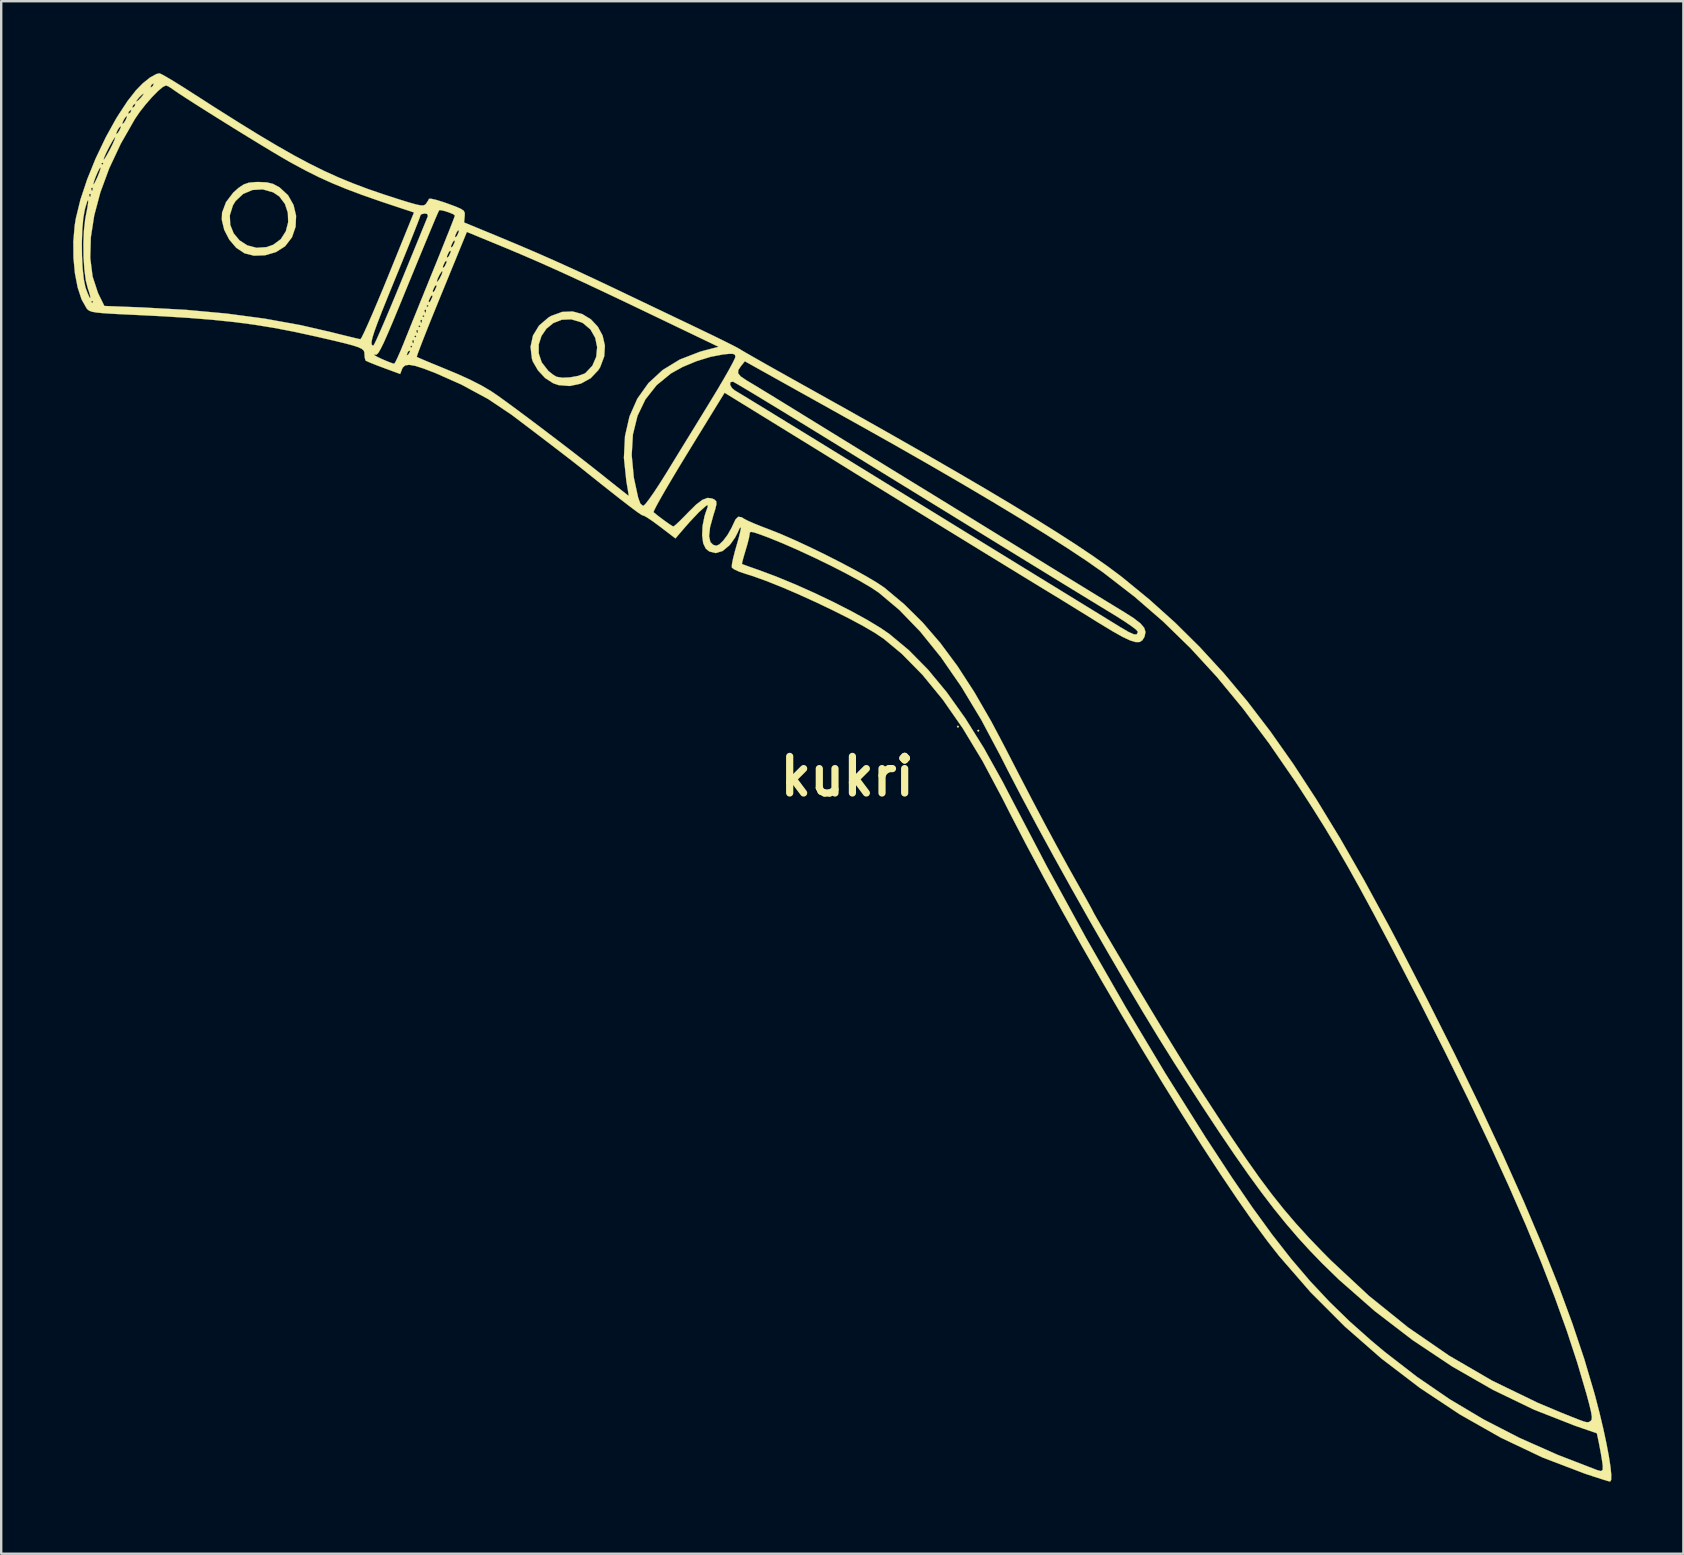
<source format=kicad_pcb>
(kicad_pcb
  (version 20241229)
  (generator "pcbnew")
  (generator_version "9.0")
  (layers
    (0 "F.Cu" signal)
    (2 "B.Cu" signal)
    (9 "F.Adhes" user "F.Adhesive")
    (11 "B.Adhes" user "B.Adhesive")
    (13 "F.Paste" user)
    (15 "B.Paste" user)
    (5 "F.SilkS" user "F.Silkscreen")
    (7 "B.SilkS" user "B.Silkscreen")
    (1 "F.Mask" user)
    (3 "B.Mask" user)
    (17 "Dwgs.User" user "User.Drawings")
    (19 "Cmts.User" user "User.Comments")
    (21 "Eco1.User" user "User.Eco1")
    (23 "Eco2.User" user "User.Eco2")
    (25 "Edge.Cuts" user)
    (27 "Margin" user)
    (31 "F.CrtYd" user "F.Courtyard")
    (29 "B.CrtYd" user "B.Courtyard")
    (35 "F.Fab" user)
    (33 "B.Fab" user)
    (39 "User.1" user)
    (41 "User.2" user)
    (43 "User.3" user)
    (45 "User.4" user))
  (footprint "kukri"
    (layer "F.Cu")
    (at 32.243 29.296)
    (property "Reference" "kukri" (at 0 0 0) (layer "F.SilkS") (effects (font (size 1.524 1.524) (thickness 0.3))))
    (attr through_hole)
    (fp_poly (pts (xy 4.657 -2.074) (xy 4.614 -2.032) (xy 4.572 -2.074) (xy 4.614 -2.117) (xy 4.657 -2.074)) (stroke (width 0.01) (type solid)) (fill yes) (layer "F.SilkS"))
    (fp_poly (pts (xy 5.503 -1.905) (xy 5.461 -1.863) (xy 5.419 -1.905) (xy 5.461 -1.947) (xy 5.503 -1.905)) (stroke (width 0.01) (type solid)) (fill yes) (layer "F.SilkS"))
    (fp_poly (pts (xy -24.173 -24.748) (xy -23.92 -24.686) (xy -23.676 -24.556) (xy -23.639 -24.532) (xy -23.292 -24.21) (xy -23.064 -23.806) (xy -22.958 -23.356) (xy -22.979 -22.896) (xy -23.128 -22.463) (xy -23.41 -22.094) (xy -23.426 -22.08) (xy -23.8 -21.843) (xy -24.25 -21.711) (xy -24.714 -21.695) (xy -25.105 -21.793) (xy -25.452 -22.024) (xy -25.743 -22.366) (xy -25.952 -22.771) (xy -26.053 -23.192) (xy -26.046 -23.375) (xy -25.719 -23.375) (xy -25.701 -22.979) (xy -25.558 -22.624) (xy -25.313 -22.331) (xy -24.989 -22.124) (xy -24.608 -22.023) (xy -24.193 -22.05) (xy -23.911 -22.149) (xy -23.594 -22.384) (xy -23.386 -22.71) (xy -23.288 -23.088) (xy -23.301 -23.481) (xy -23.423 -23.851) (xy -23.655 -24.16) (xy -23.911 -24.333) (xy -24.348 -24.457) (xy -24.777 -24.431) (xy -25.166 -24.266) (xy -25.478 -23.973) (xy -25.59 -23.79) (xy -25.719 -23.375) (xy -26.046 -23.375) (xy -26.042 -23.487) (xy -25.878 -23.925) (xy -25.571 -24.328) (xy -25.352 -24.521) (xy -25.137 -24.663) (xy -24.925 -24.736) (xy -24.642 -24.762) (xy -24.514 -24.764) (xy -24.173 -24.748)) (stroke (width 0.01) (type solid)) (fill yes) (layer "F.SilkS"))
    (fp_poly (pts (xy -11.032 -19.26) (xy -10.676 -19.042) (xy -10.389 -18.737) (xy -10.189 -18.366) (xy -10.093 -17.948) (xy -10.12 -17.505) (xy -10.287 -17.057) (xy -10.365 -16.929) (xy -10.684 -16.591) (xy -11.096 -16.365) (xy -11.558 -16.265) (xy -12.025 -16.303) (xy -12.242 -16.377) (xy -12.582 -16.596) (xy -12.883 -16.919) (xy -13.093 -17.28) (xy -13.132 -17.395) (xy -13.159 -17.623) (xy -12.851 -17.623) (xy -12.725 -17.249) (xy -12.456 -16.902) (xy -12.433 -16.881) (xy -12.251 -16.736) (xy -12.107 -16.65) (xy -11.867 -16.61) (xy -11.544 -16.625) (xy -11.214 -16.685) (xy -10.952 -16.778) (xy -10.898 -16.812) (xy -10.614 -17.113) (xy -10.454 -17.483) (xy -10.416 -17.882) (xy -10.497 -18.274) (xy -10.694 -18.62) (xy -11.002 -18.881) (xy -11.07 -18.916) (xy -11.495 -19.043) (xy -11.891 -19.026) (xy -12.24 -18.888) (xy -12.527 -18.655) (xy -12.736 -18.35) (xy -12.849 -17.998) (xy -12.851 -17.623) (xy -13.159 -17.623) (xy -13.191 -17.9) (xy -13.089 -18.369) (xy -12.837 -18.782) (xy -12.444 -19.119) (xy -12.332 -19.185) (xy -11.877 -19.352) (xy -11.438 -19.37) (xy -11.032 -19.26)) (stroke (width 0.01) (type solid)) (fill yes) (layer "F.SilkS"))
    (fp_poly (pts (xy -28.553 -29.248) (xy -28.338 -29.128) (xy -28.035 -28.947) (xy -27.668 -28.719) (xy -27.424 -28.563) (xy -26.341 -27.868) (xy -25.378 -27.261) (xy -24.521 -26.732) (xy -23.749 -26.273) (xy -23.047 -25.874) (xy -22.397 -25.527) (xy -21.782 -25.222) (xy -21.183 -24.951) (xy -20.584 -24.705) (xy -19.967 -24.473) (xy -19.315 -24.249) (xy -18.669 -24.04) (xy -18.243 -23.908) (xy -17.949 -23.826) (xy -17.758 -23.788) (xy -17.642 -23.79) (xy -17.573 -23.827) (xy -17.55 -23.852) (xy -17.451 -24) (xy -17.422 -24.061) (xy -17.337 -24.068) (xy -17.131 -24.022) (xy -16.838 -23.932) (xy -16.653 -23.867) (xy -16.306 -23.739) (xy -16.09 -23.645) (xy -15.975 -23.566) (xy -15.932 -23.479) (xy -15.932 -23.363) (xy -15.935 -23.338) (xy -15.96 -23.079) (xy -14.605 -22.52) (xy -13.75 -22.163) (xy -12.956 -21.824) (xy -12.182 -21.483) (xy -11.388 -21.124) (xy -10.534 -20.727) (xy -9.579 -20.275) (xy -9.356 -20.168) (xy -8.722 -19.865) (xy -8.033 -19.536) (xy -7.338 -19.204) (xy -6.687 -18.893) (xy -6.128 -18.626) (xy -6.027 -18.577) (xy -5.564 -18.354) (xy -5.15 -18.151) (xy -4.812 -17.982) (xy -4.574 -17.859) (xy -4.462 -17.795) (xy -4.46 -17.794) (xy -4.365 -17.734) (xy -4.139 -17.603) (xy -3.801 -17.41) (xy -3.368 -17.164) (xy -2.859 -16.878) (xy -2.29 -16.559) (xy -1.82 -16.297) (xy -0.039 -15.302) (xy 1.598 -14.38) (xy 3.096 -13.527) (xy 4.462 -12.74) (xy 5.701 -12.016) (xy 6.821 -11.349) (xy 7.827 -10.738) (xy 8.725 -10.177) (xy 9.522 -9.664) (xy 10.223 -9.194) (xy 10.835 -8.764) (xy 11.364 -8.37) (xy 11.476 -8.283) (xy 12.591 -7.369) (xy 13.659 -6.409) (xy 14.687 -5.391) (xy 15.686 -4.304) (xy 16.664 -3.136) (xy 17.628 -1.876) (xy 18.588 -0.513) (xy 19.553 0.966) (xy 20.53 2.57) (xy 21.529 4.312) (xy 22.558 6.204) (xy 22.904 6.858) (xy 24.156 9.279) (xy 25.309 11.568) (xy 26.362 13.731) (xy 27.318 15.771) (xy 28.18 17.693) (xy 28.947 19.5) (xy 29.624 21.196) (xy 30.21 22.787) (xy 30.708 24.274) (xy 31.119 25.664) (xy 31.163 25.823) (xy 31.341 26.51) (xy 31.497 27.166) (xy 31.627 27.771) (xy 31.728 28.306) (xy 31.798 28.753) (xy 31.832 29.093) (xy 31.827 29.307) (xy 31.783 29.376) (xy 31.677 29.349) (xy 31.446 29.278) (xy 31.122 29.174) (xy 30.74 29.048) (xy 30.734 29.046) (xy 28.979 28.377) (xy 27.237 27.55) (xy 25.525 26.579) (xy 23.859 25.474) (xy 22.255 24.249) (xy 20.731 22.915) (xy 19.302 21.484) (xy 17.986 19.969) (xy 17.521 19.376) (xy 16.921 18.563) (xy 16.256 17.613) (xy 15.536 16.544) (xy 14.771 15.371) (xy 13.971 14.111) (xy 13.145 12.779) (xy 12.302 11.392) (xy 11.453 9.967) (xy 10.607 8.519) (xy 9.774 7.064) (xy 8.964 5.619) (xy 8.186 4.2) (xy 7.449 2.822) (xy 6.765 1.503) (xy 6.454 0.889) (xy 5.641 -0.639) (xy 4.819 -2) (xy 3.985 -3.198) (xy 3.136 -4.234) (xy 2.272 -5.112) (xy 1.524 -5.734) (xy 1.159 -5.979) (xy 0.664 -6.268) (xy 0.07 -6.587) (xy -0.595 -6.921) (xy -1.3 -7.258) (xy -2.015 -7.583) (xy -2.712 -7.882) (xy -3.36 -8.141) (xy -3.93 -8.346) (xy -4.223 -8.438) (xy -4.505 -8.533) (xy -4.715 -8.631) (xy -4.806 -8.705) (xy -4.801 -8.831) (xy -4.798 -8.85) (xy -4.383 -8.85) (xy -4.383 -8.849) (xy -4.298 -8.817) (xy -4.092 -8.742) (xy -3.803 -8.64) (xy -3.688 -8.6) (xy -2.956 -8.327) (xy -2.175 -8.005) (xy -1.375 -7.648) (xy -0.587 -7.273) (xy 0.158 -6.893) (xy 0.829 -6.525) (xy 1.395 -6.183) (xy 1.759 -5.933) (xy 2.569 -5.259) (xy 3.363 -4.454) (xy 4.144 -3.512) (xy 4.918 -2.426) (xy 5.691 -1.188) (xy 6.469 0.209) (xy 6.734 0.72) (xy 8.319 3.748) (xy 9.944 6.717) (xy 11.598 9.604) (xy 13.265 12.386) (xy 14.933 15.039) (xy 16.015 16.69) (xy 16.878 17.951) (xy 17.697 19.078) (xy 18.491 20.094) (xy 19.282 21.022) (xy 20.09 21.884) (xy 20.933 22.704) (xy 21.833 23.504) (xy 22.394 23.973) (xy 23.737 25.012) (xy 25.099 25.945) (xy 26.511 26.786) (xy 28.002 27.553) (xy 29.603 28.264) (xy 31.242 28.897) (xy 31.4 28.938) (xy 31.473 28.891) (xy 31.478 28.727) (xy 31.456 28.554) (xy 31.399 28.202) (xy 31.33 27.835) (xy 31.315 27.758) (xy 31.232 27.364) (xy 30.33 27.053) (xy 28.613 26.38) (xy 26.899 25.552) (xy 25.208 24.583) (xy 23.561 23.486) (xy 21.98 22.274) (xy 20.484 20.961) (xy 19.782 20.278) (xy 19.274 19.752) (xy 18.778 19.209) (xy 18.285 18.634) (xy 17.783 18.015) (xy 17.264 17.337) (xy 16.717 16.587) (xy 16.132 15.751) (xy 15.499 14.816) (xy 14.808 13.768) (xy 14.049 12.593) (xy 13.619 11.921) (xy 13 10.93) (xy 12.322 9.815) (xy 11.602 8.603) (xy 10.855 7.321) (xy 10.096 5.998) (xy 9.342 4.661) (xy 8.608 3.338) (xy 7.909 2.056) (xy 7.262 0.843) (xy 6.682 -0.273) (xy 6.403 -0.824) (xy 5.587 -2.359) (xy 4.754 -3.741) (xy 3.906 -4.967) (xy 3.045 -6.033) (xy 2.173 -6.936) (xy 1.318 -7.656) (xy 0.981 -7.88) (xy 0.517 -8.152) (xy -0.045 -8.456) (xy -0.673 -8.778) (xy -1.339 -9.102) (xy -2.011 -9.414) (xy -2.659 -9.699) (xy -3.254 -9.942) (xy -3.619 -10.078) (xy -3.873 -10.164) (xy -4.006 -10.19) (xy -4.057 -10.158) (xy -4.065 -10.092) (xy -4.09 -9.94) (xy -4.154 -9.685) (xy -4.236 -9.407) (xy -4.318 -9.132) (xy -4.371 -8.932) (xy -4.383 -8.85) (xy -4.798 -8.85) (xy -4.754 -9.076) (xy -4.672 -9.398) (xy -4.619 -9.581) (xy -4.524 -9.916) (xy -4.457 -10.184) (xy -4.426 -10.35) (xy -4.429 -10.384) (xy -4.48 -10.342) (xy -4.549 -10.188) (xy -4.553 -10.178) (xy -4.663 -9.963) (xy -4.836 -9.712) (xy -4.91 -9.623) (xy -5.192 -9.39) (xy -5.48 -9.305) (xy -5.748 -9.374) (xy -5.892 -9.492) (xy -5.998 -9.714) (xy -6.042 -10.045) (xy -6.024 -10.436) (xy -5.943 -10.839) (xy -5.893 -10.996) (xy -5.816 -11.216) (xy -5.801 -11.305) (xy -5.849 -11.293) (xy -5.906 -11.251) (xy -6.191 -10.995) (xy -6.564 -10.599) (xy -6.816 -10.311) (xy -7.154 -9.916) (xy -7.803 -10.412) (xy -8.085 -10.62) (xy -8.314 -10.775) (xy -8.46 -10.859) (xy -8.495 -10.865) (xy -8.572 -10.899) (xy -8.729 -11.007) (xy -8.067 -11.007) (xy -7.844 -10.829) (xy -7.607 -10.652) (xy -7.4 -10.506) (xy -7.264 -10.423) (xy -7.238 -10.414) (xy -7.157 -10.472) (xy -6.99 -10.627) (xy -6.764 -10.852) (xy -6.615 -11.007) (xy -6.286 -11.331) (xy -6.027 -11.526) (xy -5.813 -11.604) (xy -5.618 -11.577) (xy -5.51 -11.521) (xy -5.453 -11.456) (xy -5.447 -11.34) (xy -5.495 -11.135) (xy -5.574 -10.885) (xy -5.712 -10.382) (xy -5.754 -10.01) (xy -5.698 -9.763) (xy -5.584 -9.65) (xy -5.453 -9.61) (xy -5.327 -9.665) (xy -5.169 -9.816) (xy -4.983 -10.063) (xy -4.812 -10.364) (xy -4.771 -10.456) (xy -4.65 -10.709) (xy -4.539 -10.818) (xy -4.401 -10.799) (xy -4.273 -10.722) (xy -4.126 -10.646) (xy -3.861 -10.53) (xy -3.521 -10.394) (xy -3.26 -10.295) (xy -2.781 -10.105) (xy -2.221 -9.861) (xy -1.608 -9.577) (xy -0.972 -9.269) (xy -0.342 -8.95) (xy 0.254 -8.637) (xy 0.784 -8.343) (xy 1.222 -8.084) (xy 1.536 -7.874) (xy 1.566 -7.851) (xy 2.375 -7.174) (xy 3.141 -6.417) (xy 3.876 -5.564) (xy 4.591 -4.601) (xy 5.298 -3.511) (xy 6.008 -2.281) (xy 6.54 -1.274) (xy 7.159 -0.072) (xy 7.719 1.005) (xy 8.236 1.983) (xy 8.725 2.891) (xy 9.199 3.756) (xy 9.675 4.605) (xy 9.77 4.773) (xy 9.959 5.107) (xy 10.111 5.383) (xy 10.212 5.569) (xy 10.245 5.635) (xy 10.286 5.715) (xy 10.403 5.92) (xy 10.583 6.23) (xy 10.815 6.626) (xy 11.086 7.087) (xy 11.386 7.594) (xy 11.701 8.126) (xy 12.021 8.664) (xy 12.333 9.187) (xy 12.626 9.676) (xy 12.888 10.11) (xy 13.106 10.47) (xy 13.124 10.499) (xy 13.489 11.095) (xy 13.785 11.577) (xy 14.031 11.976) (xy 14.247 12.322) (xy 14.452 12.646) (xy 14.665 12.978) (xy 14.905 13.349) (xy 15.192 13.789) (xy 15.415 14.131) (xy 16.062 15.111) (xy 16.644 15.967) (xy 17.179 16.723) (xy 17.685 17.4) (xy 18.181 18.023) (xy 18.685 18.614) (xy 19.214 19.197) (xy 19.788 19.795) (xy 20.144 20.154) (xy 21.728 21.631) (xy 23.367 22.953) (xy 25.078 24.131) (xy 26.875 25.176) (xy 28.774 26.096) (xy 29.754 26.508) (xy 30.184 26.681) (xy 30.483 26.798) (xy 30.679 26.87) (xy 30.801 26.902) (xy 30.874 26.903) (xy 30.927 26.881) (xy 30.976 26.848) (xy 31.016 26.79) (xy 31.022 26.671) (xy 30.989 26.465) (xy 30.913 26.148) (xy 30.791 25.694) (xy 30.786 25.679) (xy 30.413 24.414) (xy 29.979 23.092) (xy 29.48 21.704) (xy 28.914 20.242) (xy 28.276 18.698) (xy 27.563 17.065) (xy 26.772 15.334) (xy 25.9 13.498) (xy 24.942 11.548) (xy 23.895 9.476) (xy 22.756 7.275) (xy 22.515 6.817) (xy 21.917 5.687) (xy 21.373 4.683) (xy 20.867 3.775) (xy 20.381 2.935) (xy 19.9 2.134) (xy 19.406 1.344) (xy 18.883 0.535) (xy 18.664 0.203) (xy 17.567 -1.389) (xy 16.485 -2.833) (xy 15.401 -4.147) (xy 14.298 -5.348) (xy 13.161 -6.456) (xy 11.972 -7.487) (xy 10.714 -8.46) (xy 10.626 -8.525) (xy 9.975 -8.981) (xy 9.183 -9.506) (xy 8.26 -10.096) (xy 7.214 -10.743) (xy 6.057 -11.442) (xy 4.798 -12.186) (xy 3.446 -12.971) (xy 2.012 -13.789) (xy 0.677 -14.54) (xy 0.531 -14.621) (xy 0.257 -14.774) (xy -0.123 -14.986) (xy -0.589 -15.246) (xy -1.119 -15.542) (xy -1.693 -15.862) (xy -1.941 -16) (xy -4.263 -17.296) (xy -4.418 -17.105) (xy -4.534 -16.933) (xy -4.545 -16.798) (xy -4.437 -16.665) (xy -4.194 -16.501) (xy -4.126 -16.46) (xy -3.895 -16.322) (xy -3.559 -16.118) (xy -3.155 -15.872) (xy -2.723 -15.607) (xy -2.54 -15.494) (xy -1.131 -14.626) (xy 0.224 -13.792) (xy 1.498 -13.01) (xy 2.662 -12.295) (xy 2.963 -12.11) (xy 3.369 -11.862) (xy 3.893 -11.54) (xy 4.51 -11.161) (xy 5.195 -10.74) (xy 5.922 -10.292) (xy 6.666 -9.835) (xy 7.401 -9.382) (xy 7.578 -9.274) (xy 8.271 -8.847) (xy 8.95 -8.43) (xy 9.593 -8.036) (xy 10.18 -7.676) (xy 10.693 -7.362) (xy 11.11 -7.108) (xy 11.411 -6.924) (xy 11.503 -6.869) (xy 11.927 -6.6) (xy 12.212 -6.381) (xy 12.374 -6.192) (xy 12.428 -6.016) (xy 12.39 -5.831) (xy 12.377 -5.8) (xy 12.294 -5.669) (xy 12.179 -5.599) (xy 12.014 -5.597) (xy 11.783 -5.668) (xy 11.468 -5.817) (xy 11.052 -6.051) (xy 10.518 -6.375) (xy 10.4 -6.447) (xy 9.919 -6.746) (xy 9.442 -7.04) (xy 9.005 -7.31) (xy 8.644 -7.531) (xy 8.424 -7.664) (xy 8.204 -7.798) (xy 7.86 -8.008) (xy 7.41 -8.283) (xy 6.873 -8.612) (xy 6.266 -8.984) (xy 5.607 -9.387) (xy 4.914 -9.813) (xy 4.205 -10.248) (xy 3.497 -10.682) (xy 2.809 -11.105) (xy 2.158 -11.505) (xy 1.562 -11.872) (xy 1.039 -12.194) (xy 0.607 -12.46) (xy 0.283 -12.66) (xy 0.086 -12.783) (xy 0.085 -12.783) (xy -0.125 -12.914) (xy -0.456 -13.119) (xy -0.886 -13.385) (xy -1.392 -13.697) (xy -1.95 -14.041) (xy -2.539 -14.404) (xy -2.786 -14.556) (xy -5.107 -15.985) (xy -6.62 -13.523) (xy -6.974 -12.942) (xy -7.295 -12.406) (xy -7.574 -11.933) (xy -7.799 -11.54) (xy -7.962 -11.243) (xy -8.052 -11.06) (xy -8.067 -11.007) (xy -8.729 -11.007) (xy -8.769 -11.034) (xy -9.088 -11.273) (xy -9.531 -11.615) (xy -10.1 -12.064) (xy -10.797 -12.619) (xy -11.091 -12.856) (xy -11.309 -13.027) (xy -11.637 -13.282) (xy -12.051 -13.6) (xy -12.525 -13.963) (xy -13.034 -14.351) (xy -13.554 -14.745) (xy -13.97 -15.06) (xy -14.951 -15.719) (xy -16.073 -16.326) (xy -17.145 -16.801) (xy -17.636 -16.99) (xy -17.997 -17.105) (xy -18.249 -17.148) (xy -18.415 -17.123) (xy -18.515 -17.032) (xy -18.543 -16.973) (xy -18.622 -16.766) (xy -19.32 -17.024) (xy -19.639 -17.144) (xy -19.892 -17.246) (xy -20.041 -17.313) (xy -20.064 -17.327) (xy -20.097 -17.437) (xy -20.108 -17.581) (xy -19.713 -17.581) (xy -19.697 -17.552) (xy -19.587 -17.485) (xy -19.383 -17.388) (xy -19.15 -17.288) (xy -18.954 -17.214) (xy -18.871 -17.192) (xy -18.821 -17.264) (xy -18.724 -17.462) (xy -18.717 -17.479) (xy -17.93 -17.479) (xy -17.844 -17.437) (xy -17.632 -17.345) (xy -17.326 -17.217) (xy -16.956 -17.066) (xy -16.939 -17.059) (xy -16.259 -16.776) (xy -15.708 -16.527) (xy -15.254 -16.296) (xy -14.863 -16.068) (xy -14.779 -16.013) (xy -14.552 -15.858) (xy -14.214 -15.615) (xy -13.787 -15.301) (xy -13.294 -14.934) (xy -12.757 -14.53) (xy -12.198 -14.106) (xy -11.639 -13.679) (xy -11.103 -13.265) (xy -10.612 -12.882) (xy -10.29 -12.627) (xy -9.91 -12.324) (xy -9.58 -12.062) (xy -9.321 -11.857) (xy -9.153 -11.726) (xy -9.099 -11.684) (xy -9.109 -11.76) (xy -9.141 -11.963) (xy -9.19 -12.249) (xy -9.199 -12.298) (xy -9.301 -13.273) (xy -9.295 -13.388) (xy -8.977 -13.388) (xy -8.888 -12.447) (xy -8.708 -11.617) (xy -8.616 -11.367) (xy -8.512 -11.277) (xy -8.484 -11.278) (xy -8.401 -11.355) (xy -8.247 -11.554) (xy -8.039 -11.852) (xy -7.794 -12.225) (xy -7.543 -12.625) (xy -7.242 -13.116) (xy -6.881 -13.704) (xy -6.489 -14.341) (xy -6.096 -14.981) (xy -5.731 -15.576) (xy -5.694 -15.637) (xy -5.399 -16.123) (xy -5.284 -16.318) (xy -4.878 -16.318) (xy -4.803 -16.182) (xy -4.679 -16.079) (xy -4.58 -16.02) (xy -4.399 -15.911) (xy -4.132 -15.749) (xy -3.772 -15.529) (xy -3.314 -15.249) (xy -2.753 -14.904) (xy -2.082 -14.493) (xy -1.297 -14.011) (xy -0.392 -13.454) (xy 0.64 -12.82) (xy 1.802 -12.105) (xy 3.102 -11.306) (xy 3.514 -11.053) (xy 4.299 -10.57) (xy 5.108 -10.072) (xy 5.917 -9.575) (xy 6.698 -9.095) (xy 7.428 -8.646) (xy 8.082 -8.245) (xy 8.633 -7.907) (xy 8.932 -7.723) (xy 9.475 -7.39) (xy 10.004 -7.065) (xy 10.492 -6.765) (xy 10.911 -6.508) (xy 11.233 -6.31) (xy 11.384 -6.217) (xy 11.718 -6.021) (xy 11.937 -5.922) (xy 12.059 -5.916) (xy 12.103 -5.999) (xy 12.104 -6.037) (xy 12.035 -6.116) (xy 11.845 -6.261) (xy 11.563 -6.454) (xy 11.215 -6.676) (xy 11.109 -6.74) (xy 10.772 -6.945) (xy 10.301 -7.233) (xy 9.706 -7.597) (xy 8.998 -8.03) (xy 8.188 -8.527) (xy 7.285 -9.081) (xy 6.3 -9.685) (xy 5.244 -10.334) (xy 4.127 -11.021) (xy 2.959 -11.739) (xy 1.75 -12.482) (xy 0.512 -13.243) (xy -0.747 -14.018) (xy -0.786 -14.042) (xy -1.522 -14.494) (xy -2.216 -14.919) (xy -2.854 -15.308) (xy -3.423 -15.654) (xy -3.908 -15.948) (xy -4.298 -16.181) (xy -4.577 -16.346) (xy -4.733 -16.434) (xy -4.76 -16.447) (xy -4.867 -16.423) (xy -4.878 -16.318) (xy -5.284 -16.318) (xy -5.137 -16.568) (xy -4.92 -16.949) (xy -4.761 -17.244) (xy -4.671 -17.431) (xy -4.657 -17.481) (xy -4.675 -17.565) (xy -4.755 -17.603) (xy -4.935 -17.603) (xy -5.152 -17.583) (xy -5.687 -17.482) (xy -6.279 -17.299) (xy -6.853 -17.06) (xy -7.338 -16.792) (xy -7.339 -16.791) (xy -7.94 -16.298) (xy -8.406 -15.707) (xy -8.735 -15.022) (xy -8.926 -14.247) (xy -8.977 -13.388) (xy -9.295 -13.388) (xy -9.256 -14.176) (xy -9.068 -15) (xy -8.741 -15.739) (xy -8.28 -16.385) (xy -7.69 -16.93) (xy -6.973 -17.368) (xy -6.135 -17.692) (xy -5.938 -17.747) (xy -5.355 -17.897) (xy -8.159 -19.243) (xy -9.205 -19.744) (xy -10.122 -20.179) (xy -10.931 -20.559) (xy -11.657 -20.894) (xy -12.321 -21.195) (xy -12.946 -21.472) (xy -13.553 -21.734) (xy -14.167 -21.993) (xy -14.542 -22.148) (xy -15.844 -22.684) (xy -15.955 -22.412) (xy -16.015 -22.266) (xy -16.13 -21.985) (xy -16.29 -21.592) (xy -16.488 -21.11) (xy -16.712 -20.561) (xy -16.956 -19.968) (xy -17.014 -19.825) (xy -17.252 -19.24) (xy -17.467 -18.707) (xy -17.649 -18.245) (xy -17.792 -17.875) (xy -17.888 -17.617) (xy -17.93 -17.489) (xy -17.93 -17.479) (xy -18.717 -17.479) (xy -18.691 -17.537) (xy -18.351 -17.537) (xy -18.289 -17.577) (xy -18.277 -17.588) (xy -18.211 -17.699) (xy -18.22 -17.74) (xy -18.283 -17.714) (xy -18.325 -17.635) (xy -18.351 -17.537) (xy -18.691 -17.537) (xy -18.596 -17.754) (xy -18.533 -17.907) (xy -18.203 -17.907) (xy -18.161 -17.865) (xy -18.119 -17.907) (xy -18.161 -17.949) (xy -18.203 -17.907) (xy -18.533 -17.907) (xy -18.472 -18.055) (xy -18.447 -18.119) (xy -18.119 -18.119) (xy -18.088 -18.049) (xy -18.062 -18.062) (xy -18.052 -18.163) (xy -18.062 -18.175) (xy -18.113 -18.163) (xy -18.119 -18.119) (xy -18.447 -18.119) (xy -18.362 -18.33) (xy -18.034 -18.33) (xy -17.992 -18.288) (xy -17.949 -18.33) (xy -17.992 -18.373) (xy -18.034 -18.33) (xy -18.362 -18.33) (xy -18.345 -18.372) (xy -18.276 -18.542) (xy -17.949 -18.542) (xy -17.918 -18.472) (xy -17.893 -18.486) (xy -17.883 -18.586) (xy -17.893 -18.598) (xy -17.943 -18.587) (xy -17.949 -18.542) (xy -18.276 -18.542) (xy -18.191 -18.754) (xy -17.865 -18.754) (xy -17.822 -18.711) (xy -17.78 -18.754) (xy -17.822 -18.796) (xy -17.865 -18.754) (xy -18.191 -18.754) (xy -18.167 -18.814) (xy -18.106 -18.965) (xy -17.78 -18.965) (xy -17.749 -18.896) (xy -17.724 -18.909) (xy -17.713 -19.009) (xy -17.724 -19.022) (xy -17.774 -19.01) (xy -17.78 -18.965) (xy -18.106 -18.965) (xy -18.02 -19.177) (xy -17.695 -19.177) (xy -17.653 -19.135) (xy -17.611 -19.177) (xy -17.653 -19.219) (xy -17.695 -19.177) (xy -18.02 -19.177) (xy -17.95 -19.35) (xy -17.934 -19.389) (xy -17.611 -19.389) (xy -17.58 -19.319) (xy -17.554 -19.332) (xy -17.544 -19.433) (xy -17.554 -19.445) (xy -17.605 -19.433) (xy -17.611 -19.389) (xy -17.934 -19.389) (xy -17.849 -19.6) (xy -17.526 -19.6) (xy -17.484 -19.558) (xy -17.441 -19.6) (xy -17.484 -19.643) (xy -17.526 -19.6) (xy -17.849 -19.6) (xy -17.78 -19.77) (xy -17.439 -19.77) (xy -17.404 -19.755) (xy -17.357 -19.812) (xy -17.285 -19.966) (xy -17.275 -20.024) (xy -17.31 -20.039) (xy -17.357 -19.981) (xy -17.428 -19.827) (xy -17.439 -19.77) (xy -17.78 -19.77) (xy -17.708 -19.946) (xy -17.608 -20.193) (xy -17.269 -20.193) (xy -17.234 -20.178) (xy -17.187 -20.235) (xy -17.116 -20.39) (xy -17.105 -20.447) (xy -17.14 -20.462) (xy -17.187 -20.405) (xy -17.259 -20.25) (xy -17.269 -20.193) (xy -17.608 -20.193) (xy -17.454 -20.573) (xy -17.437 -20.616) (xy -17.097 -20.616) (xy -17.062 -20.617) (xy -16.979 -20.737) (xy -16.976 -20.743) (xy -16.887 -20.926) (xy -16.855 -21.04) (xy -16.889 -21.039) (xy -16.972 -20.919) (xy -16.976 -20.913) (xy -17.064 -20.73) (xy -17.097 -20.616) (xy -17.437 -20.616) (xy -17.233 -21.118) (xy -17.196 -21.209) (xy -16.846 -21.209) (xy -16.811 -21.194) (xy -16.764 -21.251) (xy -16.692 -21.406) (xy -16.682 -21.463) (xy -16.717 -21.478) (xy -16.764 -21.421) (xy -16.836 -21.266) (xy -16.846 -21.209) (xy -17.196 -21.209) (xy -17.024 -21.632) (xy -16.677 -21.632) (xy -16.642 -21.617) (xy -16.595 -21.675) (xy -16.523 -21.829) (xy -16.513 -21.886) (xy -16.548 -21.901) (xy -16.595 -21.844) (xy -16.666 -21.69) (xy -16.677 -21.632) (xy -17.024 -21.632) (xy -17.001 -21.689) (xy -16.854 -22.056) (xy -16.507 -22.056) (xy -16.472 -22.041) (xy -16.425 -22.098) (xy -16.354 -22.252) (xy -16.343 -22.31) (xy -16.378 -22.325) (xy -16.425 -22.267) (xy -16.497 -22.113) (xy -16.507 -22.056) (xy -16.854 -22.056) (xy -16.792 -22.21) (xy -16.685 -22.479) (xy -16.338 -22.479) (xy -16.303 -22.464) (xy -16.256 -22.521) (xy -16.184 -22.676) (xy -16.174 -22.733) (xy -16.209 -22.748) (xy -16.256 -22.691) (xy -16.328 -22.536) (xy -16.338 -22.479) (xy -16.685 -22.479) (xy -16.613 -22.658) (xy -16.473 -23.013) (xy -16.38 -23.256) (xy -16.341 -23.365) (xy -16.341 -23.368) (xy -16.412 -23.423) (xy -16.581 -23.494) (xy -16.779 -23.558) (xy -16.941 -23.593) (xy -16.996 -23.588) (xy -17.022 -23.538) (xy -17.082 -23.405) (xy -17.179 -23.18) (xy -17.316 -22.852) (xy -17.499 -22.413) (xy -17.731 -21.853) (xy -18.015 -21.162) (xy -18.357 -20.33) (xy -18.648 -19.619) (xy -18.919 -18.965) (xy -19.136 -18.454) (xy -19.305 -18.074) (xy -19.435 -17.811) (xy -19.53 -17.649) (xy -19.599 -17.576) (xy -19.636 -17.57) (xy -19.713 -17.581) (xy -20.108 -17.581) (xy -20.108 -17.593) (xy -20.115 -17.678) (xy -20.148 -17.751) (xy -20.227 -17.817) (xy -20.37 -17.883) (xy -20.597 -17.957) (xy -20.926 -18.045) (xy -21.188 -18.108) (xy -19.815 -18.108) (xy -19.813 -18.004) (xy -19.777 -17.957) (xy -19.738 -17.949) (xy -19.692 -18.025) (xy -19.59 -18.239) (xy -19.441 -18.574) (xy -19.252 -19.012) (xy -19.03 -19.535) (xy -18.785 -20.124) (xy -18.591 -20.595) (xy -18.332 -21.227) (xy -18.093 -21.811) (xy -17.881 -22.328) (xy -17.705 -22.76) (xy -17.571 -23.086) (xy -17.489 -23.288) (xy -17.465 -23.347) (xy -17.497 -23.433) (xy -17.602 -23.453) (xy -17.744 -23.42) (xy -17.78 -23.371) (xy -17.811 -23.275) (xy -17.899 -23.042) (xy -18.037 -22.691) (xy -18.217 -22.24) (xy -18.432 -21.709) (xy -18.673 -21.116) (xy -18.843 -20.702) (xy -19.144 -19.964) (xy -19.384 -19.367) (xy -19.566 -18.897) (xy -19.696 -18.54) (xy -19.777 -18.282) (xy -19.815 -18.108) (xy -21.188 -18.108) (xy -21.377 -18.154) (xy -21.969 -18.291) (xy -22.164 -18.335) (xy -23.026 -18.523) (xy -23.853 -18.682) (xy -24.674 -18.816) (xy -25.52 -18.928) (xy -26.421 -19.022) (xy -27.406 -19.101) (xy -28.505 -19.17) (xy -29.549 -19.222) (xy -30.181 -19.252) (xy -30.665 -19.277) (xy -31.024 -19.302) (xy -31.278 -19.327) (xy -31.45 -19.357) (xy -31.56 -19.395) (xy -31.632 -19.442) (xy -31.684 -19.499) (xy -31.837 -19.77) (xy -31.496 -19.77) (xy -31.454 -19.727) (xy -31.411 -19.77) (xy -31.454 -19.812) (xy -31.496 -19.77) (xy -31.837 -19.77) (xy -31.892 -19.867) (xy -32.056 -20.365) (xy -32.171 -20.957) (xy -32.233 -21.609) (xy -32.237 -22.24) (xy -31.883 -22.24) (xy -31.877 -21.69) (xy -31.851 -21.166) (xy -31.802 -20.713) (xy -31.734 -20.377) (xy -31.72 -20.336) (xy -31.63 -20.098) (xy -31.559 -19.949) (xy -31.529 -19.92) (xy -31.535 -20.013) (xy -31.591 -20.208) (xy -31.633 -20.328) (xy -31.719 -20.665) (xy -31.779 -21.123) (xy -31.809 -21.597) (xy -31.533 -21.597) (xy -31.435 -20.823) (xy -31.211 -20.143) (xy -31.175 -20.066) (xy -30.946 -19.6) (xy -29.379 -19.539) (xy -27.548 -19.438) (xy -25.852 -19.283) (xy -24.268 -19.072) (xy -22.77 -18.801) (xy -21.505 -18.51) (xy -21.085 -18.405) (xy -20.721 -18.316) (xy -20.447 -18.25) (xy -20.295 -18.217) (xy -20.278 -18.214) (xy -20.227 -18.288) (xy -20.121 -18.502) (xy -19.969 -18.836) (xy -19.778 -19.273) (xy -19.556 -19.795) (xy -19.31 -20.384) (xy -19.119 -20.851) (xy -18.046 -23.495) (xy -18.527 -23.653) (xy -19.431 -23.954) (xy -20.202 -24.224) (xy -20.871 -24.475) (xy -21.467 -24.72) (xy -22.021 -24.972) (xy -22.563 -25.243) (xy -23.124 -25.546) (xy -23.283 -25.635) (xy -23.595 -25.816) (xy -24.002 -26.057) (xy -24.479 -26.346) (xy -25.004 -26.667) (xy -25.554 -27.006) (xy -26.105 -27.349) (xy -26.634 -27.68) (xy -27.118 -27.986) (xy -27.533 -28.252) (xy -27.856 -28.463) (xy -28.065 -28.606) (xy -28.1 -28.632) (xy -28.268 -28.743) (xy -28.378 -28.787) (xy -28.511 -28.723) (xy -28.714 -28.551) (xy -28.96 -28.301) (xy -29.221 -28.002) (xy -29.47 -27.686) (xy -29.674 -27.387) (xy -30.261 -26.36) (xy -30.741 -25.338) (xy -31.111 -24.336) (xy -31.368 -23.369) (xy -31.51 -22.451) (xy -31.533 -21.597) (xy -31.809 -21.597) (xy -31.813 -21.654) (xy -31.819 -22.212) (xy -31.796 -22.749) (xy -31.743 -23.22) (xy -31.717 -23.362) (xy -31.65 -23.707) (xy -31.619 -23.928) (xy -31.622 -24.015) (xy -31.657 -23.959) (xy -31.723 -23.75) (xy -31.762 -23.605) (xy -31.825 -23.243) (xy -31.865 -22.773) (xy -31.883 -22.24) (xy -32.237 -22.24) (xy -32.238 -22.286) (xy -32.181 -22.953) (xy -32.135 -23.241) (xy -31.942 -24.03) (xy -31.88 -24.215) (xy -31.581 -24.215) (xy -31.55 -24.145) (xy -31.524 -24.158) (xy -31.514 -24.259) (xy -31.524 -24.271) (xy -31.575 -24.259) (xy -31.581 -24.215) (xy -31.88 -24.215) (xy -31.796 -24.469) (xy -31.496 -24.469) (xy -31.465 -24.399) (xy -31.44 -24.412) (xy -31.429 -24.513) (xy -31.44 -24.525) (xy -31.49 -24.513) (xy -31.496 -24.469) (xy -31.796 -24.469) (xy -31.731 -24.663) (xy -31.406 -24.663) (xy -31.405 -24.657) (xy -31.372 -24.69) (xy -31.293 -24.84) (xy -31.234 -24.968) (xy -31.144 -25.191) (xy -31.101 -25.341) (xy -31.103 -25.374) (xy -31.148 -25.325) (xy -31.225 -25.172) (xy -31.31 -24.974) (xy -31.378 -24.785) (xy -31.406 -24.663) (xy -31.731 -24.663) (xy -31.658 -24.883) (xy -31.396 -25.527) (xy -31.073 -25.527) (xy -31.03 -25.485) (xy -30.988 -25.527) (xy -31.03 -25.569) (xy -31.073 -25.527) (xy -31.396 -25.527) (xy -31.327 -25.696) (xy -30.98 -25.696) (xy -30.945 -25.719) (xy -30.854 -25.862) (xy -30.734 -26.077) (xy -30.604 -26.335) (xy -30.515 -26.537) (xy -30.488 -26.628) (xy -30.523 -26.605) (xy -30.614 -26.462) (xy -30.734 -26.247) (xy -30.864 -25.989) (xy -30.953 -25.787) (xy -30.98 -25.696) (xy -31.327 -25.696) (xy -31.3 -25.761) (xy -30.889 -26.622) (xy -30.795 -26.793) (xy -30.45 -26.793) (xy -30.444 -26.755) (xy -30.376 -26.82) (xy -30.311 -26.924) (xy -30.256 -27.055) (xy -30.262 -27.093) (xy -30.33 -27.028) (xy -30.395 -26.924) (xy -30.45 -26.793) (xy -30.795 -26.793) (xy -30.56 -27.216) (xy -30.196 -27.216) (xy -30.19 -27.178) (xy -30.122 -27.243) (xy -30.057 -27.347) (xy -30.002 -27.478) (xy -30.008 -27.517) (xy -30.076 -27.452) (xy -30.141 -27.347) (xy -30.196 -27.216) (xy -30.56 -27.216) (xy -30.443 -27.426) (xy -30.326 -27.607) (xy -29.951 -27.607) (xy -29.94 -27.601) (xy -29.862 -27.661) (xy -29.845 -27.686) (xy -29.823 -27.765) (xy -29.835 -27.771) (xy -29.912 -27.711) (xy -29.93 -27.686) (xy -29.951 -27.607) (xy -30.326 -27.607) (xy -30.16 -27.861) (xy -29.782 -27.861) (xy -29.77 -27.855) (xy -29.693 -27.915) (xy -29.676 -27.94) (xy -29.654 -28.019) (xy -29.666 -28.025) (xy -29.743 -27.965) (xy -29.76 -27.94) (xy -29.782 -27.861) (xy -30.16 -27.861) (xy -29.997 -28.109) (xy -29.617 -28.109) (xy -29.536 -28.165) (xy -29.422 -28.279) (xy -29.324 -28.401) (xy -29.311 -28.448) (xy -29.392 -28.392) (xy -29.506 -28.279) (xy -29.604 -28.156) (xy -29.617 -28.109) (xy -29.997 -28.109) (xy -29.982 -28.133) (xy -29.636 -28.575) (xy -29.507 -28.708) (xy -29.02 -28.708) (xy -29.008 -28.702) (xy -28.931 -28.762) (xy -28.914 -28.787) (xy -28.892 -28.866) (xy -28.904 -28.871) (xy -28.981 -28.812) (xy -28.998 -28.787) (xy -29.02 -28.708) (xy -29.507 -28.708) (xy -29.342 -28.877) (xy -29.045 -29.115) (xy -28.783 -29.26) (xy -28.652 -29.291) (xy -28.553 -29.248)) (stroke (width 0.01) (type solid)) (fill yes) (layer "F.SilkS")))
  (gr_rect
    (start -3 -3)
    (end 67.079 61.677)
    (stroke (width 0.1) (type default))
    (fill no)
    (layer "Edge.Cuts")))
</source>
